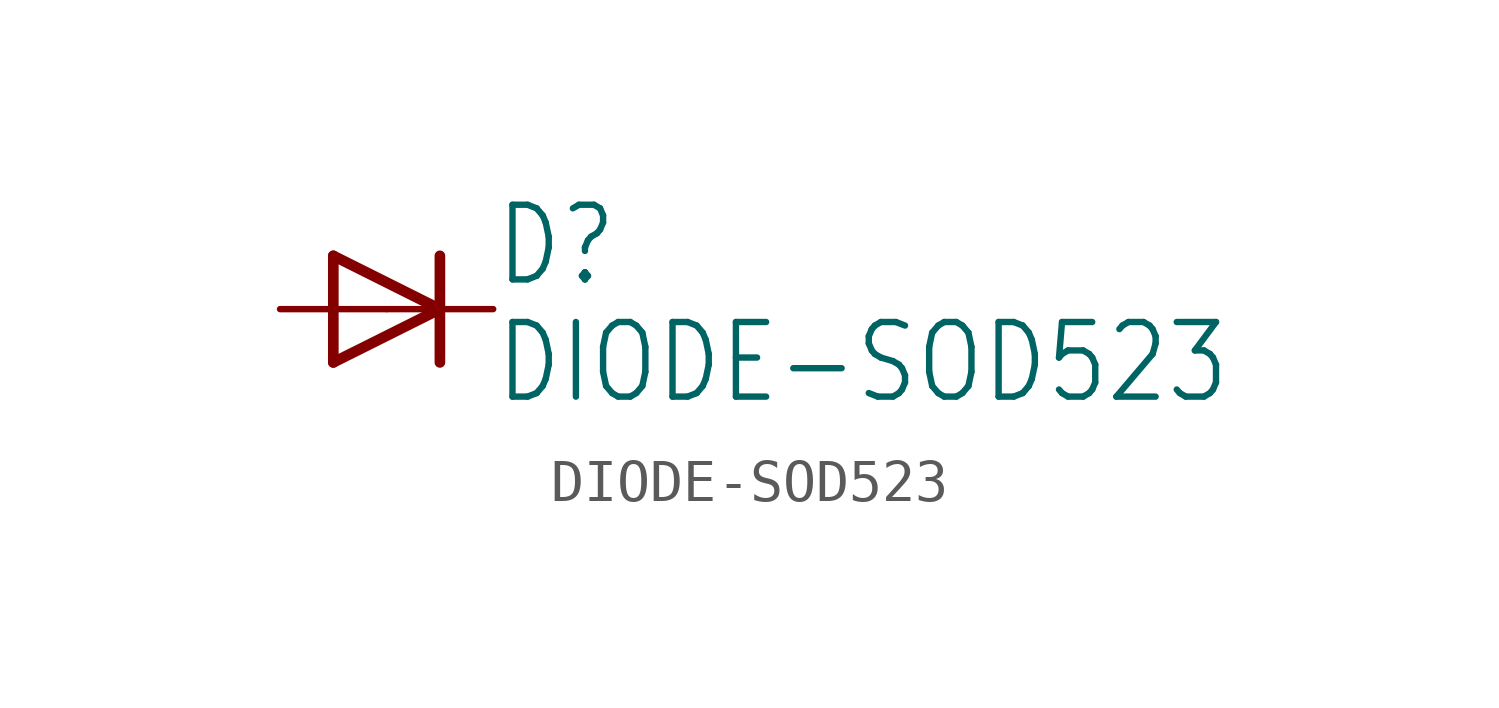
<source format=kicad_sym>
(kicad_symbol_lib
  (version 20211014)
  (generator kicad_symbol_editor)
  (symbol "DIODE-SOD523"
    (property "Reference" "D"
      (at 2.54 0.483 0)
      (effects (font (size 1.778 1.511)) (justify left bottom)))
    (property "Value" "DIODE-SOD523"
      (at 2.54 -2.311 0)
      (effects (font (size 1.778 1.511)) (justify left bottom)))
    (property "ki_locked" ""
      (at 0 0 0)
      (effects (font (size 1.27 1.27))))
    (symbol "DIODE-SOD523_1_0"
      (polyline (pts (xy -1.27 -1.27) (xy 1.27 0)) (stroke (width 0.254) (type default) (color 0 0 0 0)) (fill (type none)))
      (polyline (pts (xy -1.27 1.27) (xy -1.27 -1.27)) (stroke (width 0.254) (type default) (color 0 0 0 0)) (fill (type none)))
      (polyline (pts (xy 1.27 0) (xy -1.27 1.27)) (stroke (width 0.254) (type default) (color 0 0 0 0)) (fill (type none)))
      (polyline (pts (xy 1.27 0) (xy 1.27 -1.27)) (stroke (width 0.254) (type default) (color 0 0 0 0)) (fill (type none)))
      (polyline (pts (xy 1.27 1.27) (xy 1.27 0)) (stroke (width 0.254) (type default) (color 0 0 0 0)) (fill (type none)))
      (pin passive line (at -2.54 0 0) (length 2.54) (name "A" (effects (font (size 0 0)))) (number "A" (effects (font (size 0 0)))))
      (pin passive line (at 2.54 0 180) (length 2.54) (name "C" (effects (font (size 0 0)))) (number "C" (effects (font (size 0 0))))))))
</source>
